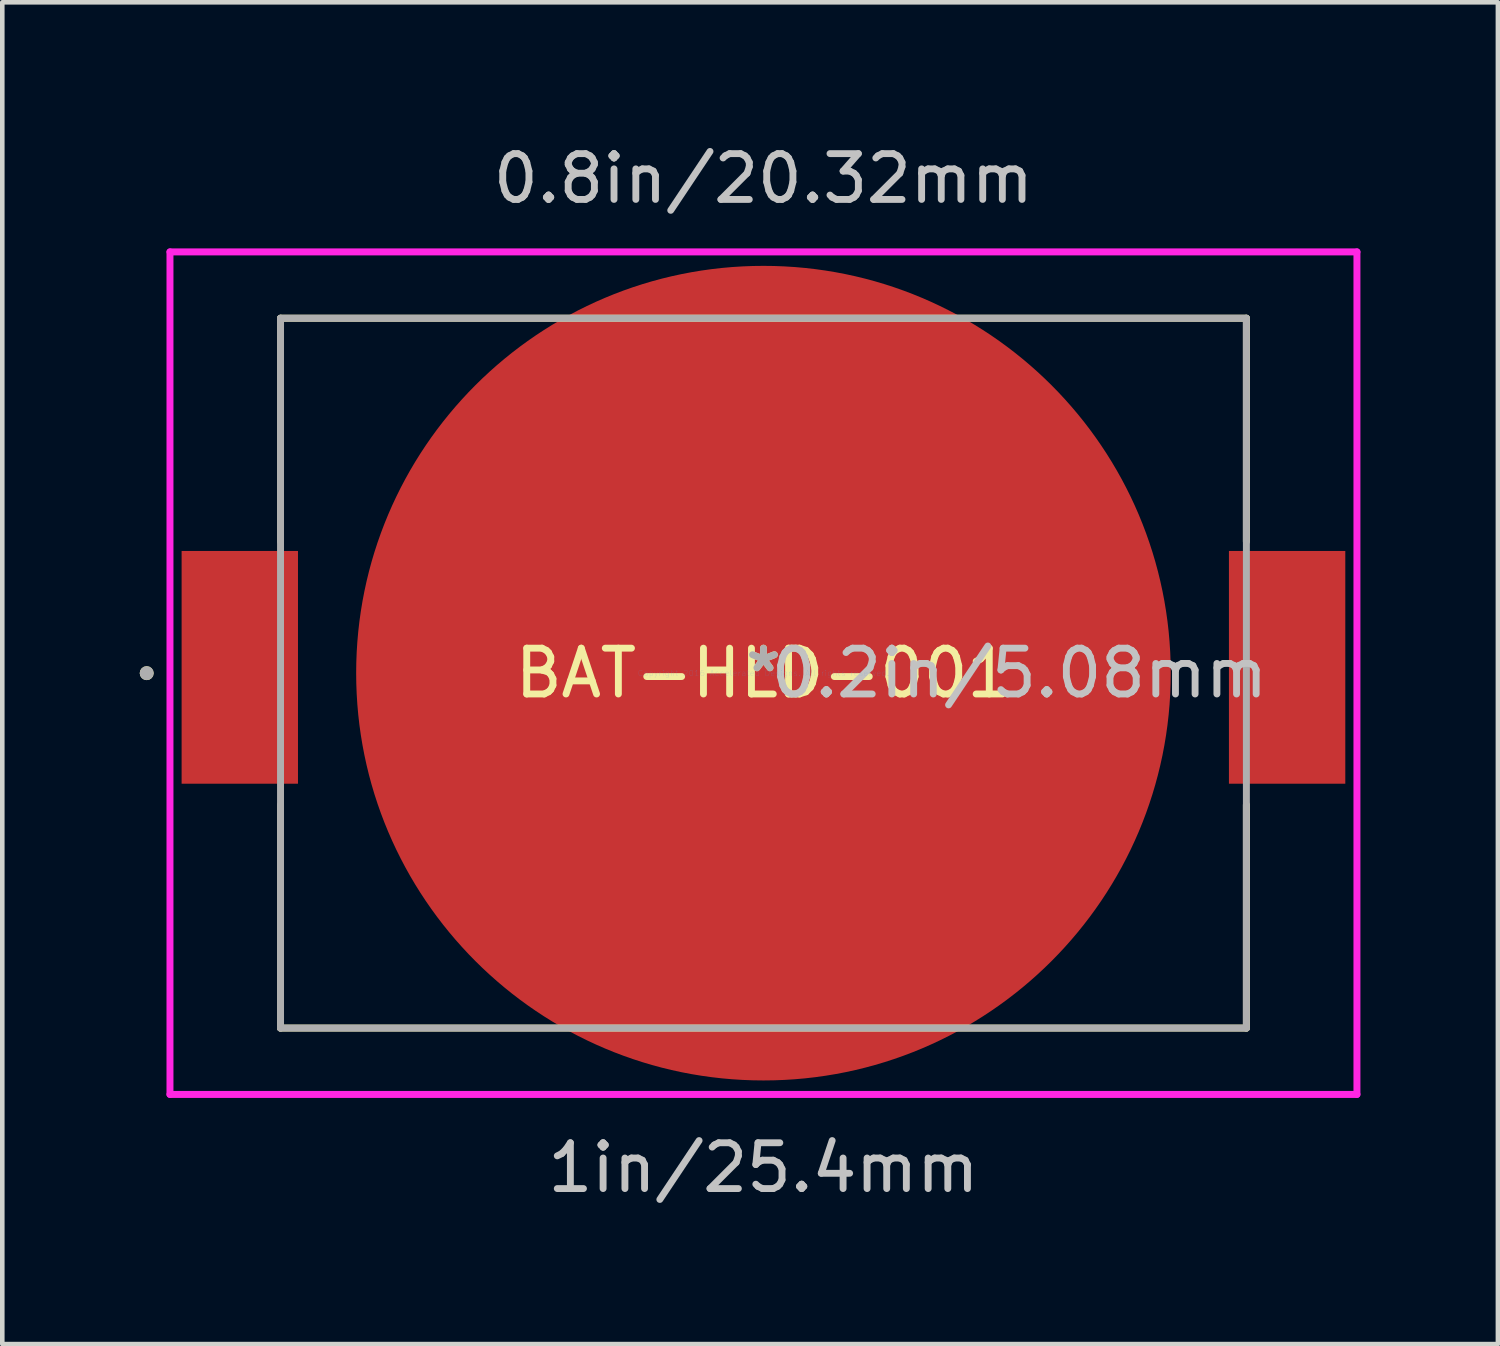
<source format=kicad_pcb>
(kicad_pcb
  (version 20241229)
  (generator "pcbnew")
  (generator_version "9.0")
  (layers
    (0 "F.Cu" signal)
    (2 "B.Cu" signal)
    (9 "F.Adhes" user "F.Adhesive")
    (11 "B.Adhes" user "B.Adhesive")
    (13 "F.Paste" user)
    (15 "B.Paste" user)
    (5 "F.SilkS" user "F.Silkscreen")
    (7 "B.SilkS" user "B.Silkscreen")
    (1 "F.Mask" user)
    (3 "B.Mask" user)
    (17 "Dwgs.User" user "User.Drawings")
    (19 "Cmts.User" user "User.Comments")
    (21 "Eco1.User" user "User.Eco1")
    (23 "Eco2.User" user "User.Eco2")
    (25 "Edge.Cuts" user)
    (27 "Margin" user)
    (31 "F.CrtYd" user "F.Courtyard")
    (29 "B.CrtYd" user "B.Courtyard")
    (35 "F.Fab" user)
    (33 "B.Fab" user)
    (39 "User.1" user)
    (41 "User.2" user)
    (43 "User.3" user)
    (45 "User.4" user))
  (footprint "BAT-HLD-001"
    (layer "F.Cu")
    (at 13.614 11.643)
    (property "Reference" "BAT-HLD-001" (at 0 0 0) (layer "F.SilkS") (effects (font (size 1 1) (thickness 0.15))))
    (attr through_hole)
    (fp_line (start -10.541 -7.747) (end -10.541 -2.873) (stroke (width 0.152) (type solid)) (layer "F.SilkS"))
    (fp_line (start -10.541 2.873) (end -10.541 7.747) (stroke (width 0.152) (type solid)) (layer "F.SilkS"))
    (fp_line (start -10.541 7.747) (end 10.541 7.747) (stroke (width 0.152) (type solid)) (layer "F.SilkS"))
    (fp_line (start 10.541 -7.747) (end -10.541 -7.747) (stroke (width 0.152) (type solid)) (layer "F.SilkS"))
    (fp_line (start 10.541 -2.873) (end 10.541 -7.747) (stroke (width 0.152) (type solid)) (layer "F.SilkS"))
    (fp_line (start 10.541 7.747) (end 10.541 2.873) (stroke (width 0.152) (type solid)) (layer "F.SilkS"))
    (fp_circle (center -13.462 0) (end -13.386 0) (stroke (width 0.152) (type solid)) (fill no) (layer "F.SilkS"))
    (fp_line (start -12.954 -9.195) (end 12.954 -9.195) (stroke (width 0.152) (type solid)) (layer "F.CrtYd"))
    (fp_line (start -12.954 9.195) (end -12.954 -9.195) (stroke (width 0.152) (type solid)) (layer "F.CrtYd"))
    (fp_line (start 12.954 -9.195) (end 12.954 9.195) (stroke (width 0.152) (type solid)) (layer "F.CrtYd"))
    (fp_line (start 12.954 9.195) (end -12.954 9.195) (stroke (width 0.152) (type solid)) (layer "F.CrtYd"))
    (fp_line (start -10.541 -7.747) (end -10.541 7.747) (stroke (width 0.152) (type solid)) (layer "F.Fab"))
    (fp_line (start -10.541 7.747) (end 10.541 7.747) (stroke (width 0.152) (type solid)) (layer "F.Fab"))
    (fp_line (start 10.541 -7.747) (end -10.541 -7.747) (stroke (width 0.152) (type solid)) (layer "F.Fab"))
    (fp_line (start 10.541 7.747) (end 10.541 -7.747) (stroke (width 0.152) (type solid)) (layer "F.Fab"))
    (fp_circle (center -13.462 0) (end -13.386 0) (stroke (width 0.152) (type solid)) (fill no) (layer "F.Fab"))
    (fp_text user "*" (at 0 0 0) (layer "F.SilkS") (effects (font (size 1 1) (thickness 0.15))))
    (fp_text user "1in/25.4mm" (at 0 10.795 0) (layer "Dwgs.User") (effects (font (size 1 1) (thickness 0.15))))
    (fp_text user "0.2in/5.08mm" (at 5.588 0 0) (layer "Dwgs.User") (effects (font (size 1 1) (thickness 0.15))))
    (fp_text user "0.8in/20.32mm" (at 0 -10.795 0) (layer "Dwgs.User") (effects (font (size 1 1) (thickness 0.15))))
    (fp_text user "Copyright 2016 Accelerated Designs. All rights reserved." (at 0 0 0) (layer "Cmts.User") (effects (font (size 0.127 0.127) (thickness 0.002))))
    (fp_text user "*" (at 0 0 0) (layer "F.Fab") (effects (font (size 1 1) (thickness 0.15))))
    (pad "1" smd rect (at -11.43 -0.127) (size 2.54 5.08) (layers "F.Cu" "F.Mask" "F.Paste"))
    (pad "2" smd circle (at 0 0) (size 17.78 17.78) (layers "F.Cu" "F.Mask" "F.Paste"))
    (pad "3" smd rect (at 11.43 -0.127) (size 2.54 5.08) (layers "F.Cu" "F.Mask" "F.Paste")))
  (gr_rect
    (start -3 -3)
    (end 29.645 26.287)
    (stroke (width 0.1) (type default))
    (fill no)
    (layer "Edge.Cuts")))
</source>
